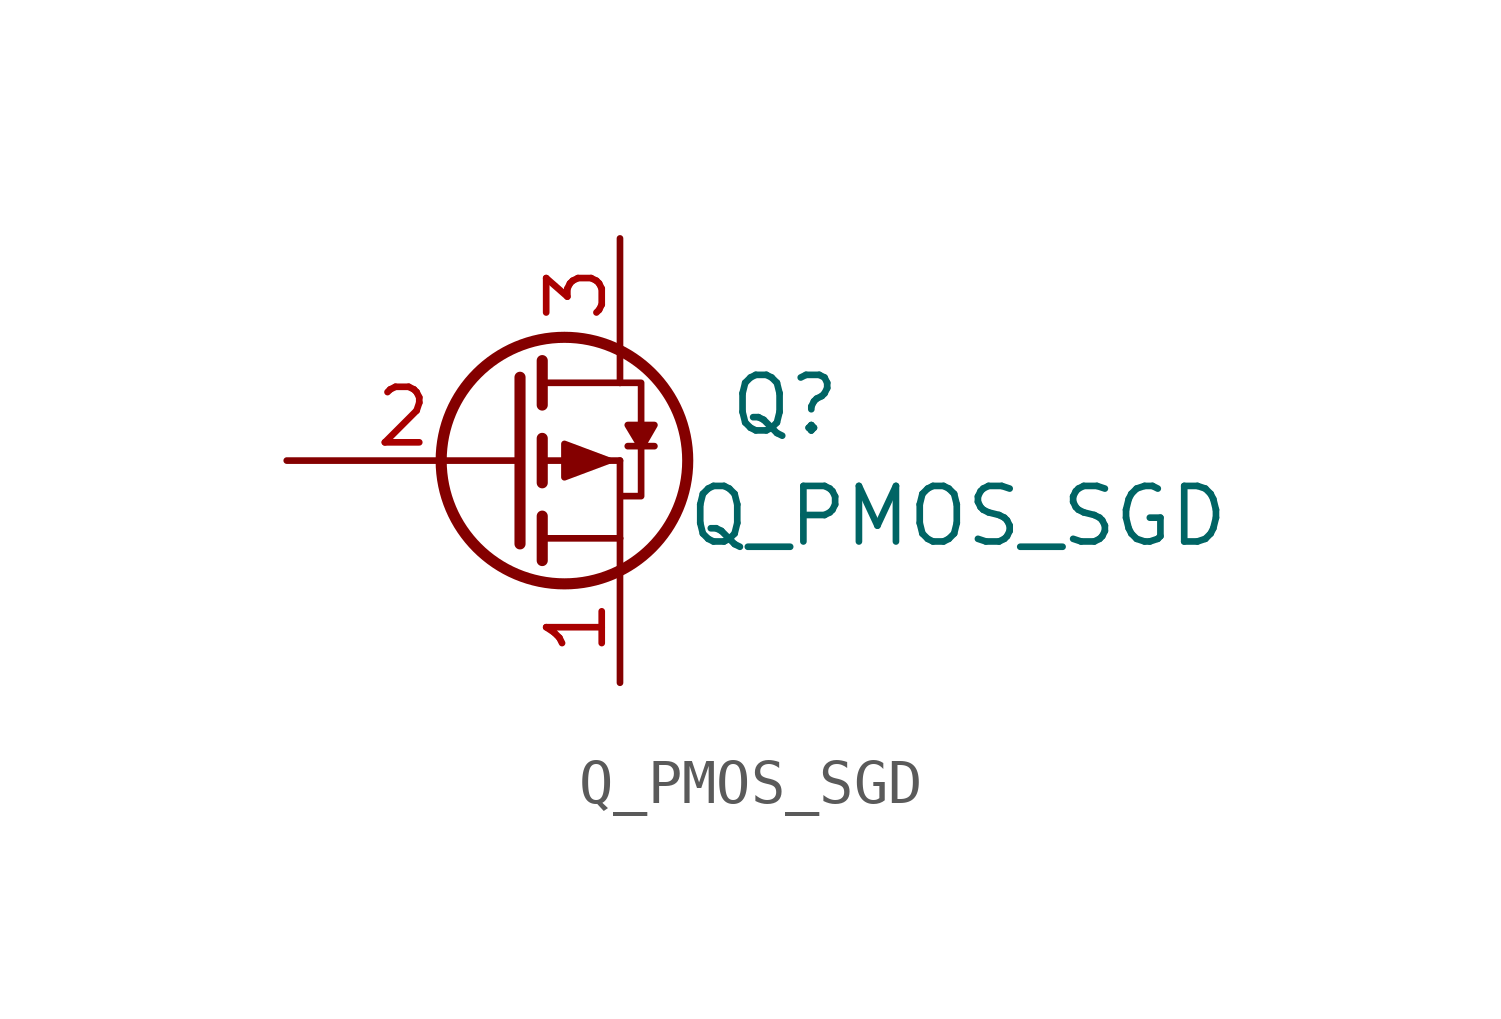
<source format=kicad_sym>
(kicad_symbol_lib
  (version 20241209)
  (generator "kicad_symbol_editor")
  (generator_version "9.0")
  (symbol "Q_PMOS_SGD"
    (pin_names
      (offset 0)
      (hide yes))
    (property "Reference" "Q"
      (at 7.62 1.27 0)
      (effects (font (size 1.27 1.27)) (justify right)))
    (property "Value" "Q_PMOS_SGD"
      (at 16.51 -1.27 0)
      (effects (font (size 1.27 1.27)) (justify right)))
    (property "Footprint" ""
      (at 5.08 2.54 0)
      (effects (font (size 1.27 1.27))))
    (property "Datasheet" ""
      (at 0 0 0)
      (effects (font (size 1.27 1.27))))
    (symbol "Q_PMOS_SGD_0_1"
      (polyline (pts (xy 0.254 1.905) (xy 0.254 -1.905) (xy 0.254 -1.905)) (stroke (width 0.254) (type solid)) (fill (type none)))
      (polyline (pts (xy 0.762 2.286) (xy 0.762 1.27)) (stroke (width 0.254) (type solid)) (fill (type none)))
      (polyline (pts (xy 0.762 1.778) (xy 2.54 1.778)) (stroke (width 0) (type solid)) (fill (type none)))
      (polyline (pts (xy 0.762 0.508) (xy 0.762 -0.508)) (stroke (width 0.254) (type solid)) (fill (type none)))
      (polyline (pts (xy 0.762 0) (xy 2.54 0)) (stroke (width 0) (type solid)) (fill (type none)))
      (polyline (pts (xy 0.762 -1.27) (xy 0.762 -2.286)) (stroke (width 0.254) (type solid)) (fill (type none)))
      (polyline (pts (xy 0.762 -1.778) (xy 2.54 -1.778)) (stroke (width 0) (type solid)) (fill (type none)))
      (circle (center 1.27 0) (radius 2.819) (stroke (width 0.254) (type solid)) (fill (type none)))
      (polyline (pts (xy 2.286 0) (xy 1.27 -0.381) (xy 1.27 0.381) (xy 2.286 0)) (stroke (width 0) (type solid)) (fill (type outline)))
      (polyline (pts (xy 2.54 2.54) (xy 2.54 1.778)) (stroke (width 0) (type solid)) (fill (type none)))
      (polyline (pts (xy 2.54 1.778) (xy 3.023 1.778) (xy 3.023 -0.813) (xy 2.591 -0.813)) (stroke (width 0) (type solid)) (fill (type none)))
      (polyline (pts (xy 2.54 -1.778) (xy 2.54 0)) (stroke (width 0) (type solid)) (fill (type none)))
      (polyline (pts (xy 2.54 -1.778) (xy 2.54 -2.54)) (stroke (width 0) (type solid)) (fill (type none)))
      (polyline (pts (xy 2.718 0.33) (xy 3.327 0.33)) (stroke (width 0) (type solid)) (fill (type none)))
      (polyline (pts (xy 3.023 0.305) (xy 2.718 0.813) (xy 3.327 0.813) (xy 3.048 0.33)) (stroke (width 0) (type solid)) (fill (type outline))))
    (symbol "Q_PMOS_SGD_1_1"
      (pin input line (at -5.08 0 0) (length 5.334) (name "G" (effects (font (size 1.27 1.27)))) (number "2" (effects (font (size 1.27 1.27)))))
      (pin passive line (at 2.54 5.08 270) (length 2.54) (name "D" (effects (font (size 1.27 1.27)))) (number "3" (effects (font (size 1.27 1.27)))))
      (pin passive line (at 2.54 -5.08 90) (length 2.54) (name "S" (effects (font (size 1.27 1.27)))) (number "1" (effects (font (size 1.27 1.27))))))))
</source>
